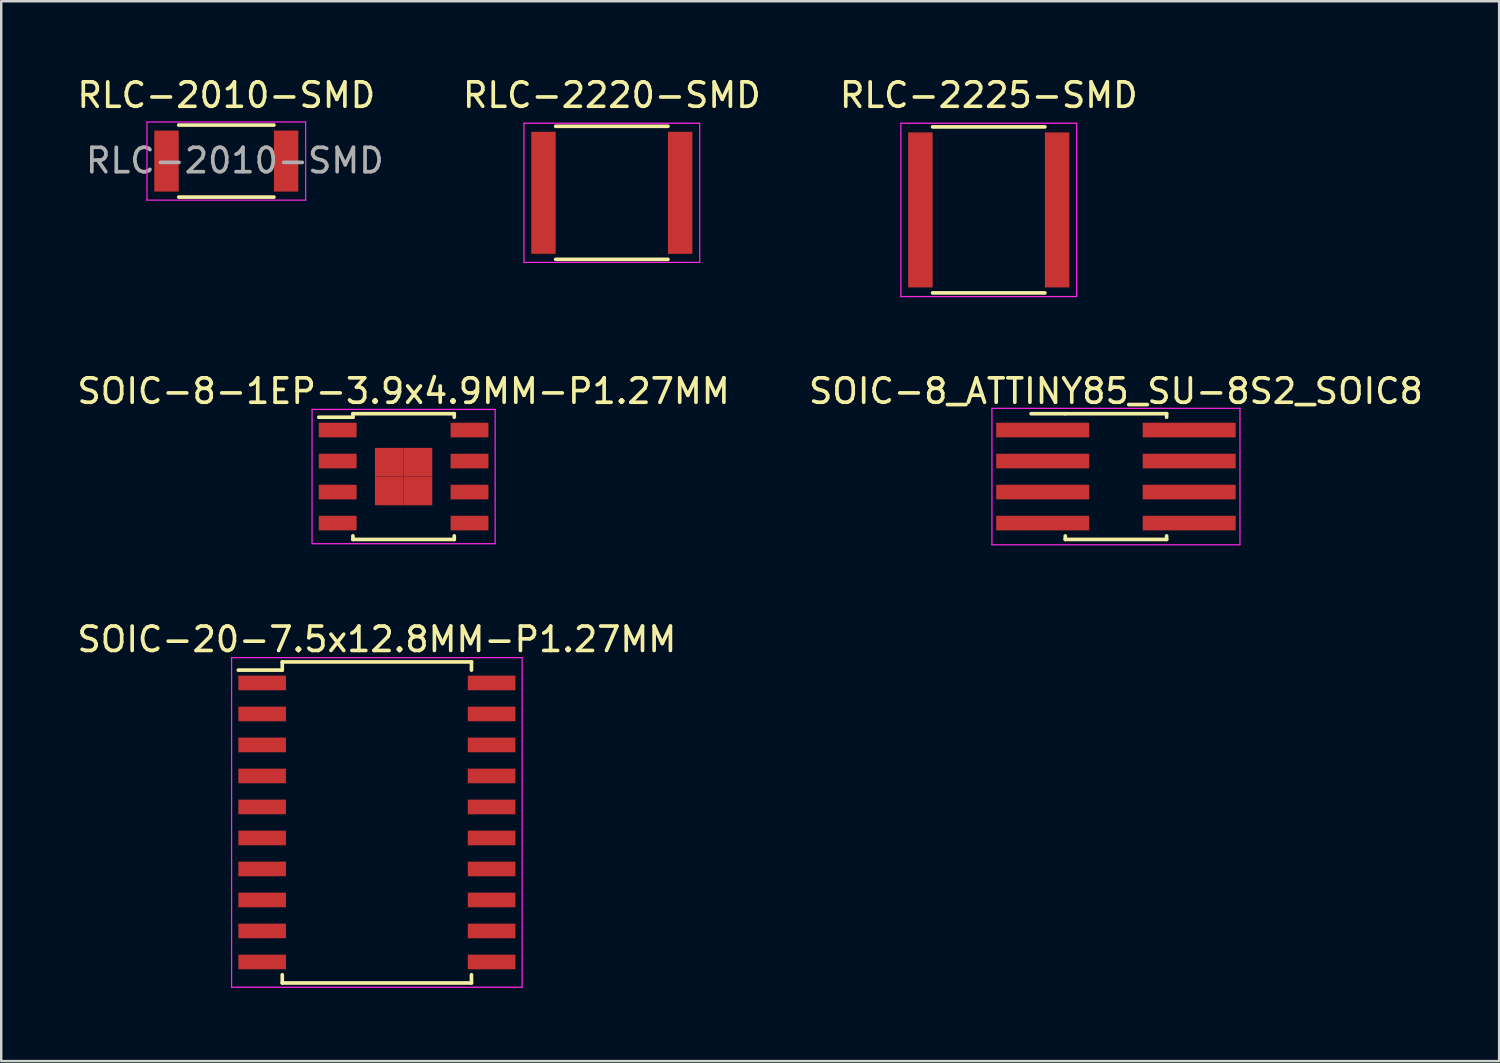
<source format=kicad_pcb>
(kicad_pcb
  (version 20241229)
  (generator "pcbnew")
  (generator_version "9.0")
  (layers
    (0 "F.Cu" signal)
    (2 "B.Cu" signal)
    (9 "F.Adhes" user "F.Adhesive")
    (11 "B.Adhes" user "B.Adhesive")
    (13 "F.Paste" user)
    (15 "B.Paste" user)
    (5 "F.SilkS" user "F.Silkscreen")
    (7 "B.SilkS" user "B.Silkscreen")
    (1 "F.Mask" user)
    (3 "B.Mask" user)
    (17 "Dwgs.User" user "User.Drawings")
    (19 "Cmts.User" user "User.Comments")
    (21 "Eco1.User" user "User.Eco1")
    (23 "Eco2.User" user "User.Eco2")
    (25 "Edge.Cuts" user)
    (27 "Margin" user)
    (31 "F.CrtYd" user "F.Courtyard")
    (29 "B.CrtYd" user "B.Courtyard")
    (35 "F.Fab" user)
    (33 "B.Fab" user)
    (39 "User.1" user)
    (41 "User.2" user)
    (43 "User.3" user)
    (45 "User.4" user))
  (footprint "RLC-2225-SMD"
    (layer "F.Cu")
    (at 37.451 5.548)
    (property "Reference" "RLC-2225-SMD" (at 0 -4.7 0) (layer "F.SilkS") (effects (font (size 1 1) (thickness 0.15))))
    (attr smd)
    (fp_line (start -2.3 3.4) (end 2.3 3.4) (stroke (width 0.15) (type solid)) (layer "F.SilkS"))
    (fp_line (start 2.3 -3.4) (end -2.3 -3.4) (stroke (width 0.15) (type solid)) (layer "F.SilkS"))
    (fp_line (start -3.6 -3.55) (end -3.6 3.55) (stroke (width 0.05) (type solid)) (layer "F.CrtYd"))
    (fp_line (start -3.6 -3.55) (end 3.6 -3.55) (stroke (width 0.05) (type solid)) (layer "F.CrtYd"))
    (fp_line (start -3.6 3.55) (end 3.6 3.55) (stroke (width 0.05) (type solid)) (layer "F.CrtYd"))
    (fp_line (start 3.6 -3.55) (end 3.6 3.55) (stroke (width 0.05) (type solid)) (layer "F.CrtYd"))
    (pad "1" smd rect (at -2.8 0) (size 1 6.35) (layers "F.Cu" "F.Mask" "F.Paste"))
    (pad "2" smd rect (at 2.8 0) (size 1 6.35) (layers "F.Cu" "F.Mask" "F.Paste")))
  (footprint "SOIC-8_ATTINY85_SU-8S2_SOIC8"
    (layer "F.Cu")
    (at 42.661 16.471)
    (property "Reference" "SOIC-8_ATTINY85_SU-8S2_SOIC8" (at 0 -3.5 0) (layer "F.SilkS") (effects (font (size 1 1) (thickness 0.15))))
    (attr smd)
    (fp_line (start -2.075 -2.575) (end -3.475 -2.575) (stroke (width 0.15) (type solid)) (layer "F.SilkS"))
    (fp_line (start -2.075 -2.575) (end 2.075 -2.575) (stroke (width 0.15) (type solid)) (layer "F.SilkS"))
    (fp_line (start -2.075 2.575) (end -2.075 2.43) (stroke (width 0.15) (type solid)) (layer "F.SilkS"))
    (fp_line (start -2.075 2.575) (end 2.075 2.575) (stroke (width 0.15) (type solid)) (layer "F.SilkS"))
    (fp_line (start 2.075 -2.575) (end 2.075 -2.43) (stroke (width 0.15) (type solid)) (layer "F.SilkS"))
    (fp_line (start 2.075 2.575) (end 2.075 2.43) (stroke (width 0.15) (type solid)) (layer "F.SilkS"))
    (fp_line (start -5.08 -2.794) (end -5.08 2.794) (stroke (width 0.05) (type solid)) (layer "F.CrtYd"))
    (fp_line (start -5.08 -2.794) (end 5.08 -2.794) (stroke (width 0.05) (type solid)) (layer "F.CrtYd"))
    (fp_line (start -5.08 2.794) (end 5.08 2.794) (stroke (width 0.05) (type solid)) (layer "F.CrtYd"))
    (fp_line (start 5.08 -2.794) (end 5.08 2.794) (stroke (width 0.05) (type solid)) (layer "F.CrtYd"))
    (pad "1" smd rect (at -3 -1.905) (size 3.81 0.6) (layers "F.Cu" "F.Mask" "F.Paste"))
    (pad "2" smd rect (at -3 -0.635) (size 3.81 0.6) (layers "F.Cu" "F.Mask" "F.Paste"))
    (pad "3" smd rect (at -3 0.635) (size 3.81 0.6) (layers "F.Cu" "F.Mask" "F.Paste"))
    (pad "4" smd rect (at -3 1.905) (size 3.81 0.6) (layers "F.Cu" "F.Mask" "F.Paste"))
    (pad "5" smd rect (at 3 1.905) (size 3.81 0.6) (layers "F.Cu" "F.Mask" "F.Paste"))
    (pad "6" smd rect (at 3 0.635) (size 3.81 0.6) (layers "F.Cu" "F.Mask" "F.Paste"))
    (pad "7" smd rect (at 3 -0.635) (size 3.81 0.6) (layers "F.Cu" "F.Mask" "F.Paste"))
    (pad "8" smd rect (at 3 -1.905) (size 3.81 0.6) (layers "F.Cu" "F.Mask" "F.Paste")))
  (footprint "SOIC-8-1EP-3.9x4.9MM-P1.27MM"
    (layer "F.Cu")
    (at 13.482 16.471)
    (property "Reference" "SOIC-8-1EP-3.9x4.9MM-P1.27MM" (at 0 -3.5 0) (layer "F.SilkS") (effects (font (size 1 1) (thickness 0.15))))
    (attr smd)
    (fp_line (start -2.075 -2.575) (end -2.075 -2.43) (stroke (width 0.15) (type solid)) (layer "F.SilkS"))
    (fp_line (start -2.075 -2.575) (end 2.075 -2.575) (stroke (width 0.15) (type solid)) (layer "F.SilkS"))
    (fp_line (start -2.075 -2.43) (end -3.475 -2.43) (stroke (width 0.15) (type solid)) (layer "F.SilkS"))
    (fp_line (start -2.075 2.575) (end -2.075 2.43) (stroke (width 0.15) (type solid)) (layer "F.SilkS"))
    (fp_line (start -2.075 2.575) (end 2.075 2.575) (stroke (width 0.15) (type solid)) (layer "F.SilkS"))
    (fp_line (start 2.075 -2.575) (end 2.075 -2.43) (stroke (width 0.15) (type solid)) (layer "F.SilkS"))
    (fp_line (start 2.075 2.575) (end 2.075 2.43) (stroke (width 0.15) (type solid)) (layer "F.SilkS"))
    (fp_line (start -3.75 -2.75) (end -3.75 2.75) (stroke (width 0.05) (type solid)) (layer "F.CrtYd"))
    (fp_line (start -3.75 -2.75) (end 3.75 -2.75) (stroke (width 0.05) (type solid)) (layer "F.CrtYd"))
    (fp_line (start -3.75 2.75) (end 3.75 2.75) (stroke (width 0.05) (type solid)) (layer "F.CrtYd"))
    (fp_line (start 3.75 -2.75) (end 3.75 2.75) (stroke (width 0.05) (type solid)) (layer "F.CrtYd"))
    (pad "1" smd rect (at -2.7 -1.905) (size 1.55 0.6) (layers "F.Cu" "F.Mask" "F.Paste"))
    (pad "2" smd rect (at -2.7 -0.635) (size 1.55 0.6) (layers "F.Cu" "F.Mask" "F.Paste"))
    (pad "3" smd rect (at -2.7 0.635) (size 1.55 0.6) (layers "F.Cu" "F.Mask" "F.Paste"))
    (pad "4" smd rect (at -2.7 1.905) (size 1.55 0.6) (layers "F.Cu" "F.Mask" "F.Paste"))
    (pad "5" smd rect (at 2.7 1.905) (size 1.55 0.6) (layers "F.Cu" "F.Mask" "F.Paste"))
    (pad "6" smd rect (at 2.7 0.635) (size 1.55 0.6) (layers "F.Cu" "F.Mask" "F.Paste"))
    (pad "7" smd rect (at 2.7 -0.635) (size 1.55 0.6) (layers "F.Cu" "F.Mask" "F.Paste"))
    (pad "8" smd rect (at 2.7 -1.905) (size 1.55 0.6) (layers "F.Cu" "F.Mask" "F.Paste"))
    (pad "9" smd rect (at -0.588 -0.588) (size 1.175 1.175) (layers "F.Cu" "F.Mask" "F.Paste"))
    (pad "9" smd rect (at -0.588 0.588) (size 1.175 1.175) (layers "F.Cu" "F.Mask" "F.Paste"))
    (pad "9" smd rect (at 0.588 -0.588) (size 1.175 1.175) (layers "F.Cu" "F.Mask" "F.Paste"))
    (pad "9" smd rect (at 0.588 0.588) (size 1.175 1.175) (layers "F.Cu" "F.Mask" "F.Paste")))
  (footprint "RLC-2220-SMD"
    (layer "F.Cu")
    (at 22.011 4.848)
    (property "Reference" "RLC-2220-SMD" (at 0 -4 0) (layer "F.SilkS") (effects (font (size 1 1) (thickness 0.15))))
    (attr smd)
    (fp_line (start -2.3 2.725) (end 2.3 2.725) (stroke (width 0.15) (type solid)) (layer "F.SilkS"))
    (fp_line (start 2.3 -2.725) (end -2.3 -2.725) (stroke (width 0.15) (type solid)) (layer "F.SilkS"))
    (fp_line (start -3.6 -2.85) (end -3.6 2.85) (stroke (width 0.05) (type solid)) (layer "F.CrtYd"))
    (fp_line (start -3.6 -2.85) (end 3.6 -2.85) (stroke (width 0.05) (type solid)) (layer "F.CrtYd"))
    (fp_line (start -3.6 2.85) (end 3.6 2.85) (stroke (width 0.05) (type solid)) (layer "F.CrtYd"))
    (fp_line (start 3.6 -2.85) (end 3.6 2.85) (stroke (width 0.05) (type solid)) (layer "F.CrtYd"))
    (pad "1" smd rect (at -2.8 0) (size 1 5) (layers "F.Cu" "F.Mask" "F.Paste"))
    (pad "2" smd rect (at 2.8 0) (size 1 5) (layers "F.Cu" "F.Mask" "F.Paste")))
  (footprint "RLC-2010-SMD"
    (layer "F.Cu")
    (at 6.22 3.548)
    (property "Reference" "RLC-2010-SMD" (at 0 -2.7 0) (layer "F.SilkS") (effects (font (size 1 1) (thickness 0.15))))
    (attr smd)
    (fp_line (start -1.95 -1.475) (end 1.95 -1.475) (stroke (width 0.15) (type solid)) (layer "F.SilkS"))
    (fp_line (start 1.95 1.475) (end -1.95 1.475) (stroke (width 0.15) (type solid)) (layer "F.SilkS"))
    (fp_line (start -3.25 -1.6) (end -3.25 1.6) (stroke (width 0.05) (type solid)) (layer "F.CrtYd"))
    (fp_line (start -3.25 -1.6) (end 3.25 -1.6) (stroke (width 0.05) (type solid)) (layer "F.CrtYd"))
    (fp_line (start -3.25 1.6) (end 3.25 1.6) (stroke (width 0.05) (type solid)) (layer "F.CrtYd"))
    (fp_line (start 3.25 -1.6) (end 3.25 1.6) (stroke (width 0.05) (type solid)) (layer "F.CrtYd"))
    (fp_text user "${REFERENCE}" (at 0.35 -0.02 0) (layer "F.Fab") (effects (font (size 1 1) (thickness 0.15))))
    (pad "1" smd rect (at -2.45 0) (size 1 2.5) (layers "F.Cu" "F.Mask" "F.Paste"))
    (pad "2" smd rect (at 2.45 0) (size 1 2.5) (layers "F.Cu" "F.Mask" "F.Paste")))
  (footprint "SOIC-20-7.5x12.8MM-P1.27MM"
    (layer "F.Cu")
    (at 12.387 30.639)
    (property "Reference" "SOIC-20-7.5x12.8MM-P1.27MM" (at 0 -7.5 0) (layer "F.SilkS") (effects (font (size 1 1) (thickness 0.15))))
    (attr smd)
    (fp_line (start -3.875 -6.575) (end -3.875 -6.24) (stroke (width 0.15) (type solid)) (layer "F.SilkS"))
    (fp_line (start -3.875 -6.575) (end 3.875 -6.575) (stroke (width 0.15) (type solid)) (layer "F.SilkS"))
    (fp_line (start -3.875 -6.24) (end -5.675 -6.24) (stroke (width 0.15) (type solid)) (layer "F.SilkS"))
    (fp_line (start -3.875 6.575) (end -3.875 6.24) (stroke (width 0.15) (type solid)) (layer "F.SilkS"))
    (fp_line (start -3.875 6.575) (end 3.875 6.575) (stroke (width 0.15) (type solid)) (layer "F.SilkS"))
    (fp_line (start 3.875 -6.575) (end 3.875 -6.24) (stroke (width 0.15) (type solid)) (layer "F.SilkS"))
    (fp_line (start 3.875 6.575) (end 3.875 6.24) (stroke (width 0.15) (type solid)) (layer "F.SilkS"))
    (fp_line (start -5.95 -6.75) (end -5.95 6.75) (stroke (width 0.05) (type solid)) (layer "F.CrtYd"))
    (fp_line (start -5.95 -6.75) (end 5.95 -6.75) (stroke (width 0.05) (type solid)) (layer "F.CrtYd"))
    (fp_line (start -5.95 6.75) (end 5.95 6.75) (stroke (width 0.05) (type solid)) (layer "F.CrtYd"))
    (fp_line (start 5.95 -6.75) (end 5.95 6.75) (stroke (width 0.05) (type solid)) (layer "F.CrtYd"))
    (pad "1" smd rect (at -4.7 -5.715) (size 1.95 0.6) (layers "F.Cu" "F.Mask" "F.Paste"))
    (pad "2" smd rect (at -4.7 -4.445) (size 1.95 0.6) (layers "F.Cu" "F.Mask" "F.Paste"))
    (pad "3" smd rect (at -4.7 -3.175) (size 1.95 0.6) (layers "F.Cu" "F.Mask" "F.Paste"))
    (pad "4" smd rect (at -4.7 -1.905) (size 1.95 0.6) (layers "F.Cu" "F.Mask" "F.Paste"))
    (pad "5" smd rect (at -4.7 -0.635) (size 1.95 0.6) (layers "F.Cu" "F.Mask" "F.Paste"))
    (pad "6" smd rect (at -4.7 0.635) (size 1.95 0.6) (layers "F.Cu" "F.Mask" "F.Paste"))
    (pad "7" smd rect (at -4.7 1.905) (size 1.95 0.6) (layers "F.Cu" "F.Mask" "F.Paste"))
    (pad "8" smd rect (at -4.7 3.175) (size 1.95 0.6) (layers "F.Cu" "F.Mask" "F.Paste"))
    (pad "9" smd rect (at -4.7 4.445) (size 1.95 0.6) (layers "F.Cu" "F.Mask" "F.Paste"))
    (pad "10" smd rect (at -4.7 5.715) (size 1.95 0.6) (layers "F.Cu" "F.Mask" "F.Paste"))
    (pad "11" smd rect (at 4.7 5.715) (size 1.95 0.6) (layers "F.Cu" "F.Mask" "F.Paste"))
    (pad "12" smd rect (at 4.7 4.445) (size 1.95 0.6) (layers "F.Cu" "F.Mask" "F.Paste"))
    (pad "13" smd rect (at 4.7 3.175) (size 1.95 0.6) (layers "F.Cu" "F.Mask" "F.Paste"))
    (pad "14" smd rect (at 4.7 1.905) (size 1.95 0.6) (layers "F.Cu" "F.Mask" "F.Paste"))
    (pad "15" smd rect (at 4.7 0.635) (size 1.95 0.6) (layers "F.Cu" "F.Mask" "F.Paste"))
    (pad "16" smd rect (at 4.7 -0.635) (size 1.95 0.6) (layers "F.Cu" "F.Mask" "F.Paste"))
    (pad "17" smd rect (at 4.7 -1.905) (size 1.95 0.6) (layers "F.Cu" "F.Mask" "F.Paste"))
    (pad "18" smd rect (at 4.7 -3.175) (size 1.95 0.6) (layers "F.Cu" "F.Mask" "F.Paste"))
    (pad "19" smd rect (at 4.7 -4.445) (size 1.95 0.6) (layers "F.Cu" "F.Mask" "F.Paste"))
    (pad "20" smd rect (at 4.7 -5.715) (size 1.95 0.6) (layers "F.Cu" "F.Mask" "F.Paste")))
  (gr_rect
    (start -3 -3)
    (end 58.357 40.414)
    (stroke (width 0.1) (type default))
    (fill no)
    (layer "Edge.Cuts")))
</source>
